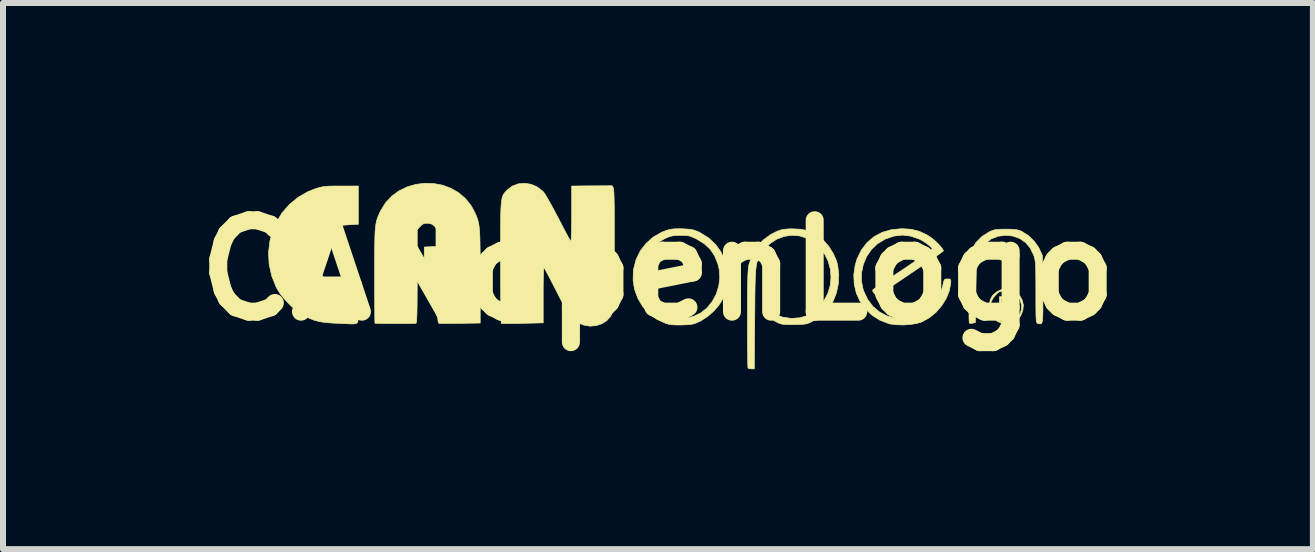
<source format=kicad_pcb>
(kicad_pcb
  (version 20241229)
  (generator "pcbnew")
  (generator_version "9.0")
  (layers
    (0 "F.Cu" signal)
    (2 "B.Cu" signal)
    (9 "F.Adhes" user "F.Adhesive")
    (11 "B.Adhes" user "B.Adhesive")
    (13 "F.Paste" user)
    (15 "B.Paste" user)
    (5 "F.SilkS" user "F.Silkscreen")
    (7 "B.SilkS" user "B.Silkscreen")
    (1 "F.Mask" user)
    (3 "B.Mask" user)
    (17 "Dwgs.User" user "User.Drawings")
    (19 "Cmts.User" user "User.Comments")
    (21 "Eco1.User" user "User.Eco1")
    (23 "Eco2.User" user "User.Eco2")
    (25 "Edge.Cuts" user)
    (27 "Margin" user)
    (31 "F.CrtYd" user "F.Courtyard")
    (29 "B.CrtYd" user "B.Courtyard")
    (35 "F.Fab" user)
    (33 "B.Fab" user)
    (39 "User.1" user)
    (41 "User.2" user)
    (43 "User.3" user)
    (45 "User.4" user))
  (footprint "CANopenLogo"
    (layer "F.Cu")
    (at 7.918 1.456)
    (property "Reference" "CANopenLogo" (at 0 0 0) (layer "F.SilkS") (effects (font (size 1.524 1.524) (thickness 0.3))))
    (attr through_hole)
    (fp_poly (pts (xy 5.896 0.326) (xy 5.969 0.365) (xy 6.029 0.423) (xy 6.071 0.495) (xy 6.091 0.579) (xy 6.082 0.671) (xy 6.081 0.675) (xy 6.042 0.765) (xy 5.982 0.834) (xy 5.906 0.878) (xy 5.82 0.896) (xy 5.731 0.884) (xy 5.654 0.849) (xy 5.581 0.788) (xy 5.538 0.715) (xy 5.522 0.624) (xy 5.523 0.599) (xy 5.546 0.599) (xy 5.556 0.666) (xy 5.575 0.727) (xy 5.594 0.762) (xy 5.663 0.825) (xy 5.745 0.86) (xy 5.832 0.866) (xy 5.917 0.843) (xy 5.983 0.799) (xy 6.033 0.734) (xy 6.058 0.655) (xy 6.058 0.57) (xy 6.034 0.488) (xy 5.987 0.415) (xy 5.942 0.375) (xy 5.902 0.352) (xy 5.861 0.342) (xy 5.804 0.341) (xy 5.784 0.343) (xy 5.725 0.349) (xy 5.685 0.361) (xy 5.652 0.387) (xy 5.621 0.42) (xy 5.583 0.47) (xy 5.556 0.52) (xy 5.548 0.543) (xy 5.546 0.599) (xy 5.523 0.599) (xy 5.523 0.577) (xy 5.539 0.489) (xy 5.576 0.421) (xy 5.641 0.363) (xy 5.649 0.357) (xy 5.731 0.318) (xy 5.815 0.309) (xy 5.896 0.326)) (stroke (width 0.01) (type solid)) (fill yes) (layer "F.SilkS"))
    (fp_poly (pts (xy 5.855 0.447) (xy 5.904 0.467) (xy 5.925 0.501) (xy 5.926 0.513) (xy 5.915 0.564) (xy 5.878 0.599) (xy 5.872 0.603) (xy 5.855 0.616) (xy 5.855 0.633) (xy 5.873 0.664) (xy 5.886 0.683) (xy 5.91 0.725) (xy 5.923 0.758) (xy 5.923 0.766) (xy 5.911 0.763) (xy 5.889 0.736) (xy 5.862 0.697) (xy 5.827 0.645) (xy 5.797 0.618) (xy 5.767 0.61) (xy 5.766 0.61) (xy 5.74 0.613) (xy 5.727 0.628) (xy 5.724 0.665) (xy 5.723 0.686) (xy 5.72 0.731) (xy 5.712 0.759) (xy 5.708 0.762) (xy 5.701 0.746) (xy 5.695 0.704) (xy 5.692 0.642) (xy 5.691 0.601) (xy 5.691 0.525) (xy 5.723 0.525) (xy 5.725 0.568) (xy 5.736 0.588) (xy 5.764 0.593) (xy 5.779 0.593) (xy 5.831 0.585) (xy 5.872 0.566) (xy 5.9 0.542) (xy 5.91 0.525) (xy 5.894 0.494) (xy 5.855 0.469) (xy 5.801 0.458) (xy 5.79 0.457) (xy 5.747 0.459) (xy 5.728 0.47) (xy 5.724 0.502) (xy 5.723 0.525) (xy 5.691 0.525) (xy 5.691 0.44) (xy 5.776 0.44) (xy 5.855 0.447)) (stroke (width 0.01) (type solid)) (fill yes) (layer "F.SilkS"))
    (fp_poly (pts (xy -4.995 -0.767) (xy -5.177 -0.757) (xy -5.286 -0.749) (xy -5.37 -0.737) (xy -5.437 -0.719) (xy -5.495 -0.692) (xy -5.553 -0.654) (xy -5.565 -0.645) (xy -5.65 -0.561) (xy -5.708 -0.462) (xy -5.742 -0.352) (xy -5.749 -0.238) (xy -5.731 -0.125) (xy -5.687 -0.019) (xy -5.618 0.074) (xy -5.566 0.12) (xy -5.505 0.162) (xy -5.446 0.191) (xy -5.38 0.211) (xy -5.299 0.223) (xy -5.195 0.231) (xy -5.177 0.232) (xy -4.995 0.241) (xy -4.995 0.559) (xy -4.995 0.67) (xy -4.996 0.752) (xy -4.998 0.809) (xy -5.001 0.846) (xy -5.007 0.868) (xy -5.015 0.879) (xy -5.027 0.885) (xy -5.033 0.887) (xy -5.079 0.894) (xy -5.122 0.894) (xy -5.158 0.892) (xy -5.219 0.889) (xy -5.298 0.886) (xy -5.387 0.881) (xy -5.402 0.881) (xy -5.53 0.872) (xy -5.635 0.857) (xy -5.726 0.834) (xy -5.812 0.8) (xy -5.905 0.752) (xy -5.943 0.73) (xy -6.035 0.665) (xy -6.131 0.58) (xy -6.223 0.484) (xy -6.301 0.386) (xy -6.358 0.293) (xy -6.362 0.286) (xy -6.439 0.093) (xy -6.482 -0.102) (xy -6.492 -0.298) (xy -6.468 -0.494) (xy -6.41 -0.689) (xy -6.361 -0.801) (xy -6.265 -0.96) (xy -6.142 -1.1) (xy -5.998 -1.218) (xy -5.835 -1.312) (xy -5.701 -1.364) (xy -5.649 -1.379) (xy -5.6 -1.391) (xy -5.549 -1.398) (xy -5.488 -1.403) (xy -5.409 -1.405) (xy -5.305 -1.405) (xy -5.282 -1.405) (xy -4.995 -1.405) (xy -4.995 -0.767)) (stroke (width 0.01) (type solid)) (fill yes) (layer "F.SilkS"))
    (fp_poly (pts (xy 5.888 -0.685) (xy 5.952 -0.681) (xy 6 -0.672) (xy 6.041 -0.659) (xy 6.064 -0.649) (xy 6.174 -0.58) (xy 6.27 -0.488) (xy 6.345 -0.383) (xy 6.36 -0.352) (xy 6.409 -0.246) (xy 6.415 0.315) (xy 6.416 0.473) (xy 6.417 0.599) (xy 6.416 0.698) (xy 6.414 0.773) (xy 6.41 0.826) (xy 6.404 0.862) (xy 6.395 0.883) (xy 6.382 0.892) (xy 6.366 0.893) (xy 6.345 0.889) (xy 6.335 0.886) (xy 6.325 0.882) (xy 6.317 0.876) (xy 6.311 0.862) (xy 6.306 0.837) (xy 6.303 0.798) (xy 6.301 0.741) (xy 6.3 0.663) (xy 6.299 0.559) (xy 6.299 0.427) (xy 6.299 0.365) (xy 6.299 0.218) (xy 6.298 0.101) (xy 6.297 0.008) (xy 6.295 -0.063) (xy 6.291 -0.118) (xy 6.286 -0.161) (xy 6.28 -0.196) (xy 6.271 -0.228) (xy 6.264 -0.249) (xy 6.208 -0.367) (xy 6.129 -0.462) (xy 6.029 -0.531) (xy 5.912 -0.572) (xy 5.8 -0.583) (xy 5.669 -0.568) (xy 5.554 -0.523) (xy 5.455 -0.447) (xy 5.371 -0.342) (xy 5.347 -0.3) (xy 5.336 -0.279) (xy 5.328 -0.257) (xy 5.321 -0.231) (xy 5.316 -0.196) (xy 5.312 -0.148) (xy 5.309 -0.084) (xy 5.306 -0.000187) (xy 5.304 0.108) (xy 5.301 0.245) (xy 5.3 0.321) (xy 5.292 0.87) (xy 5.244 0.882) (xy 5.203 0.886) (xy 5.188 0.874) (xy 5.187 0.852) (xy 5.185 0.801) (xy 5.184 0.724) (xy 5.184 0.626) (xy 5.184 0.511) (xy 5.185 0.382) (xy 5.185 0.295) (xy 5.19 -0.262) (xy 5.234 -0.356) (xy 5.305 -0.468) (xy 5.401 -0.564) (xy 5.517 -0.638) (xy 5.517 -0.639) (xy 5.564 -0.66) (xy 5.605 -0.674) (xy 5.651 -0.681) (xy 5.711 -0.685) (xy 5.795 -0.686) (xy 5.8 -0.686) (xy 5.888 -0.685)) (stroke (width 0.01) (type solid)) (fill yes) (layer "F.SilkS"))
    (fp_poly (pts (xy 0.413 -0.692) (xy 0.497 -0.687) (xy 0.558 -0.681) (xy 0.608 -0.668) (xy 0.659 -0.649) (xy 0.703 -0.628) (xy 0.843 -0.541) (xy 0.959 -0.433) (xy 1.05 -0.307) (xy 1.115 -0.167) (xy 1.152 -0.017) (xy 1.161 0.139) (xy 1.14 0.298) (xy 1.088 0.456) (xy 1.072 0.491) (xy 1.012 0.587) (xy 0.928 0.682) (xy 0.829 0.769) (xy 0.724 0.837) (xy 0.703 0.848) (xy 0.648 0.874) (xy 0.602 0.891) (xy 0.555 0.901) (xy 0.497 0.907) (xy 0.417 0.91) (xy 0.398 0.911) (xy 0.302 0.911) (xy 0.23 0.908) (xy 0.173 0.898) (xy 0.126 0.884) (xy -0.021 0.815) (xy -0.148 0.721) (xy -0.253 0.605) (xy -0.334 0.471) (xy -0.389 0.324) (xy -0.415 0.167) (xy -0.412 0.06) (xy -0.284 0.06) (xy -0.279 0.213) (xy -0.242 0.361) (xy -0.174 0.5) (xy -0.17 0.508) (xy -0.078 0.621) (xy 0.033 0.708) (xy 0.159 0.768) (xy 0.295 0.799) (xy 0.439 0.8) (xy 0.585 0.77) (xy 0.597 0.766) (xy 0.717 0.708) (xy 0.821 0.624) (xy 0.906 0.518) (xy 0.971 0.397) (xy 1.013 0.263) (xy 1.03 0.123) (xy 1.02 -0.019) (xy 0.999 -0.105) (xy 0.946 -0.238) (xy 0.872 -0.349) (xy 0.774 -0.441) (xy 0.647 -0.52) (xy 0.628 -0.529) (xy 0.569 -0.556) (xy 0.52 -0.573) (xy 0.468 -0.58) (xy 0.398 -0.582) (xy 0.374 -0.582) (xy 0.295 -0.58) (xy 0.235 -0.573) (xy 0.18 -0.557) (xy 0.117 -0.53) (xy 0.114 -0.529) (xy 0.018 -0.473) (xy -0.074 -0.399) (xy -0.152 -0.316) (xy -0.202 -0.24) (xy -0.259 -0.092) (xy -0.284 0.06) (xy -0.412 0.06) (xy -0.411 0.005) (xy -0.407 -0.018) (xy -0.366 -0.177) (xy -0.296 -0.322) (xy -0.199 -0.448) (xy -0.079 -0.554) (xy 0.062 -0.635) (xy 0.15 -0.669) (xy 0.209 -0.684) (xy 0.275 -0.692) (xy 0.36 -0.693) (xy 0.413 -0.692)) (stroke (width 0.01) (type solid)) (fill yes) (layer "F.SilkS"))
    (fp_poly (pts (xy -3.741 -1.447) (xy -3.594 -1.42) (xy -3.455 -1.369) (xy -3.326 -1.296) (xy -3.212 -1.199) (xy -3.116 -1.08) (xy -3.07 -0.998) (xy -3.046 -0.949) (xy -3.026 -0.905) (xy -3.01 -0.861) (xy -2.997 -0.815) (xy -2.986 -0.763) (xy -2.978 -0.702) (xy -2.972 -0.628) (xy -2.968 -0.539) (xy -2.966 -0.429) (xy -2.964 -0.297) (xy -2.963 -0.139) (xy -2.963 0.049) (xy -2.963 0.096) (xy -2.963 0.879) (xy -3.298 0.884) (xy -3.402 0.885) (xy -3.495 0.886) (xy -3.571 0.886) (xy -3.625 0.885) (xy -3.652 0.883) (xy -3.653 0.883) (xy -3.661 0.871) (xy -3.667 0.838) (xy -3.672 0.781) (xy -3.675 0.697) (xy -3.678 0.584) (xy -3.678 0.536) (xy -3.683 0.195) (xy -3.903 0.178) (xy -3.902 0.089) (xy -3.902 0.035) (xy -3.901 -0.042) (xy -3.899 -0.13) (xy -3.898 -0.194) (xy -3.895 -0.388) (xy -3.789 -0.393) (xy -3.683 -0.398) (xy -3.685 -0.547) (xy -3.686 -0.621) (xy -3.691 -0.669) (xy -3.7 -0.701) (xy -3.716 -0.725) (xy -3.729 -0.74) (xy -3.777 -0.773) (xy -3.839 -0.785) (xy -3.844 -0.785) (xy -3.895 -0.782) (xy -3.932 -0.763) (xy -3.964 -0.732) (xy -4.013 -0.677) (xy -4.013 0.102) (xy -4.013 0.292) (xy -4.014 0.452) (xy -4.015 0.581) (xy -4.017 0.685) (xy -4.019 0.764) (xy -4.022 0.821) (xy -4.026 0.858) (xy -4.03 0.878) (xy -4.034 0.884) (xy -4.062 0.885) (xy -4.116 0.886) (xy -4.188 0.887) (xy -4.274 0.888) (xy -4.366 0.888) (xy -4.459 0.887) (xy -4.547 0.887) (xy -4.622 0.886) (xy -4.679 0.884) (xy -4.712 0.883) (xy -4.717 0.882) (xy -4.719 0.864) (xy -4.72 0.816) (xy -4.721 0.74) (xy -4.722 0.641) (xy -4.723 0.521) (xy -4.724 0.385) (xy -4.724 0.234) (xy -4.724 0.086) (xy -4.724 -0.109) (xy -4.724 -0.273) (xy -4.722 -0.41) (xy -4.72 -0.523) (xy -4.717 -0.616) (xy -4.712 -0.692) (xy -4.705 -0.755) (xy -4.695 -0.807) (xy -4.683 -0.852) (xy -4.668 -0.894) (xy -4.65 -0.936) (xy -4.628 -0.982) (xy -4.622 -0.995) (xy -4.539 -1.129) (xy -4.435 -1.239) (xy -4.314 -1.327) (xy -4.18 -1.391) (xy -4.037 -1.433) (xy -3.89 -1.451) (xy -3.741 -1.447)) (stroke (width 0.01) (type solid)) (fill yes) (layer "F.SilkS"))
    (fp_poly (pts (xy 2.385 -0.685) (xy 2.527 -0.653) (xy 2.647 -0.595) (xy 2.65 -0.593) (xy 2.753 -0.508) (xy 2.847 -0.4) (xy 2.924 -0.277) (xy 2.979 -0.15) (xy 2.995 -0.088) (xy 3.014 0.066) (xy 3.007 0.223) (xy 2.976 0.374) (xy 2.922 0.51) (xy 2.892 0.563) (xy 2.826 0.648) (xy 2.741 0.733) (xy 2.647 0.807) (xy 2.558 0.86) (xy 2.514 0.879) (xy 2.472 0.892) (xy 2.425 0.9) (xy 2.364 0.903) (xy 2.279 0.905) (xy 2.261 0.905) (xy 2.174 0.905) (xy 2.112 0.903) (xy 2.067 0.898) (xy 2.03 0.887) (xy 1.992 0.87) (xy 1.956 0.851) (xy 1.872 0.804) (xy 1.815 0.764) (xy 1.781 0.729) (xy 1.766 0.693) (xy 1.764 0.653) (xy 1.77 0.59) (xy 1.841 0.651) (xy 1.952 0.73) (xy 2.069 0.778) (xy 2.201 0.799) (xy 2.242 0.8) (xy 2.366 0.791) (xy 2.475 0.759) (xy 2.576 0.701) (xy 2.667 0.625) (xy 2.762 0.514) (xy 2.83 0.389) (xy 2.87 0.256) (xy 2.884 0.118) (xy 2.873 -0.019) (xy 2.837 -0.152) (xy 2.776 -0.275) (xy 2.693 -0.385) (xy 2.586 -0.476) (xy 2.492 -0.53) (xy 2.363 -0.573) (xy 2.23 -0.584) (xy 2.1 -0.565) (xy 1.976 -0.517) (xy 1.864 -0.442) (xy 1.767 -0.34) (xy 1.742 -0.306) (xy 1.716 -0.267) (xy 1.694 -0.231) (xy 1.675 -0.196) (xy 1.66 -0.16) (xy 1.647 -0.117) (xy 1.638 -0.066) (xy 1.63 -0.004) (xy 1.625 0.074) (xy 1.621 0.169) (xy 1.618 0.286) (xy 1.616 0.427) (xy 1.615 0.595) (xy 1.613 0.795) (xy 1.613 0.8) (xy 1.606 1.643) (xy 1.56 1.643) (xy 1.521 1.639) (xy 1.501 1.631) (xy 1.499 1.613) (xy 1.497 1.563) (xy 1.495 1.487) (xy 1.494 1.387) (xy 1.492 1.266) (xy 1.491 1.128) (xy 1.491 0.977) (xy 1.491 0.815) (xy 1.491 0.814) (xy 1.491 0.613) (xy 1.492 0.442) (xy 1.493 0.3) (xy 1.495 0.185) (xy 1.498 0.092) (xy 1.502 0.02) (xy 1.506 -0.034) (xy 1.511 -0.073) (xy 1.514 -0.088) (xy 1.568 -0.248) (xy 1.648 -0.388) (xy 1.752 -0.504) (xy 1.88 -0.597) (xy 1.927 -0.622) (xy 1.991 -0.653) (xy 2.043 -0.672) (xy 2.095 -0.683) (xy 2.16 -0.689) (xy 2.221 -0.692) (xy 2.385 -0.685)) (stroke (width 0.01) (type solid)) (fill yes) (layer "F.SilkS"))
    (fp_poly (pts (xy -2.117 -1.435) (xy -2.016 -1.392) (xy -1.926 -1.323) (xy -1.907 -1.304) (xy -1.884 -1.272) (xy -1.849 -1.214) (xy -1.804 -1.137) (xy -1.753 -1.044) (xy -1.698 -0.941) (xy -1.661 -0.871) (xy -1.608 -0.768) (xy -1.559 -0.674) (xy -1.517 -0.595) (xy -1.484 -0.533) (xy -1.462 -0.495) (xy -1.455 -0.483) (xy -1.45 -0.495) (xy -1.446 -0.538) (xy -1.443 -0.61) (xy -1.441 -0.708) (xy -1.44 -0.831) (xy -1.439 -0.936) (xy -1.439 -1.405) (xy -1.135 -1.408) (xy -1.035 -1.408) (xy -0.946 -1.409) (xy -0.874 -1.409) (xy -0.824 -1.41) (xy -0.804 -1.41) (xy -0.788 -1.41) (xy -0.775 -1.41) (xy -0.764 -1.407) (xy -0.754 -1.398) (xy -0.747 -1.381) (xy -0.741 -1.354) (xy -0.736 -1.313) (xy -0.733 -1.256) (xy -0.731 -1.181) (xy -0.729 -1.086) (xy -0.728 -0.967) (xy -0.728 -0.822) (xy -0.728 -0.649) (xy -0.728 -0.445) (xy -0.728 -0.405) (xy -0.728 -0.167) (xy -0.729 0.039) (xy -0.731 0.213) (xy -0.732 0.358) (xy -0.735 0.475) (xy -0.738 0.564) (xy -0.742 0.627) (xy -0.746 0.666) (xy -0.748 0.673) (xy -0.787 0.763) (xy -0.85 0.836) (xy -0.933 0.89) (xy -1.029 0.922) (xy -1.132 0.931) (xy -1.237 0.913) (xy -1.295 0.891) (xy -1.344 0.865) (xy -1.387 0.834) (xy -1.428 0.795) (xy -1.47 0.743) (xy -1.515 0.675) (xy -1.567 0.587) (xy -1.627 0.476) (xy -1.693 0.347) (xy -1.746 0.243) (xy -1.794 0.15) (xy -1.836 0.07) (xy -1.869 0.009) (xy -1.89 -0.03) (xy -1.898 -0.041) (xy -1.903 -0.03) (xy -1.906 0.013) (xy -1.91 0.085) (xy -1.912 0.184) (xy -1.913 0.308) (xy -1.913 0.409) (xy -1.913 0.876) (xy -2.256 0.884) (xy -2.361 0.887) (xy -2.454 0.888) (xy -2.53 0.888) (xy -2.584 0.887) (xy -2.61 0.886) (xy -2.612 0.886) (xy -2.614 0.868) (xy -2.616 0.819) (xy -2.618 0.743) (xy -2.62 0.641) (xy -2.622 0.517) (xy -2.623 0.375) (xy -2.624 0.216) (xy -2.624 0.044) (xy -2.625 -0.137) (xy -2.625 -0.355) (xy -2.625 -0.542) (xy -2.624 -0.701) (xy -2.623 -0.834) (xy -2.621 -0.943) (xy -2.618 -1.033) (xy -2.613 -1.104) (xy -2.607 -1.16) (xy -2.599 -1.204) (xy -2.588 -1.238) (xy -2.576 -1.266) (xy -2.56 -1.288) (xy -2.542 -1.31) (xy -2.52 -1.332) (xy -2.511 -1.342) (xy -2.427 -1.405) (xy -2.329 -1.442) (xy -2.224 -1.451) (xy -2.117 -1.435)) (stroke (width 0.01) (type solid)) (fill yes) (layer "F.SilkS"))
    (fp_poly (pts (xy 4.223 -0.684) (xy 4.357 -0.65) (xy 4.484 -0.59) (xy 4.545 -0.551) (xy 4.598 -0.51) (xy 4.652 -0.461) (xy 4.701 -0.41) (xy 4.738 -0.365) (xy 4.757 -0.332) (xy 4.758 -0.325) (xy 4.744 -0.312) (xy 4.707 -0.284) (xy 4.65 -0.244) (xy 4.579 -0.195) (xy 4.516 -0.153) (xy 4.422 -0.089) (xy 4.31 -0.014) (xy 4.189 0.068) (xy 4.071 0.148) (xy 3.979 0.21) (xy 3.89 0.27) (xy 3.809 0.324) (xy 3.741 0.368) (xy 3.69 0.4) (xy 3.661 0.416) (xy 3.658 0.418) (xy 3.631 0.409) (xy 3.602 0.381) (xy 3.6 0.379) (xy 3.579 0.346) (xy 3.58 0.328) (xy 3.594 0.315) (xy 3.614 0.301) (xy 3.659 0.271) (xy 3.725 0.227) (xy 3.809 0.171) (xy 3.906 0.105) (xy 4.015 0.032) (xy 4.097 -0.023) (xy 4.209 -0.099) (xy 4.312 -0.169) (xy 4.403 -0.231) (xy 4.477 -0.283) (xy 4.532 -0.323) (xy 4.564 -0.348) (xy 4.572 -0.355) (xy 4.558 -0.379) (xy 4.523 -0.412) (xy 4.473 -0.451) (xy 4.417 -0.488) (xy 4.362 -0.518) (xy 4.358 -0.52) (xy 4.215 -0.57) (xy 4.076 -0.587) (xy 3.936 -0.571) (xy 3.792 -0.522) (xy 3.783 -0.518) (xy 3.661 -0.444) (xy 3.559 -0.347) (xy 3.479 -0.231) (xy 3.424 -0.101) (xy 3.394 0.038) (xy 3.392 0.181) (xy 3.421 0.323) (xy 3.428 0.342) (xy 3.494 0.483) (xy 3.582 0.601) (xy 3.691 0.693) (xy 3.816 0.759) (xy 3.955 0.797) (xy 4.105 0.803) (xy 4.177 0.795) (xy 4.3 0.767) (xy 4.404 0.72) (xy 4.502 0.65) (xy 4.541 0.614) (xy 4.636 0.508) (xy 4.702 0.396) (xy 4.744 0.269) (xy 4.749 0.247) (xy 4.761 0.191) (xy 4.773 0.16) (xy 4.789 0.147) (xy 4.817 0.144) (xy 4.827 0.144) (xy 4.864 0.146) (xy 4.88 0.158) (xy 4.882 0.191) (xy 4.881 0.212) (xy 4.857 0.341) (xy 4.805 0.47) (xy 4.728 0.593) (xy 4.632 0.703) (xy 4.52 0.794) (xy 4.397 0.861) (xy 4.389 0.864) (xy 4.305 0.888) (xy 4.2 0.904) (xy 4.086 0.911) (xy 3.974 0.908) (xy 3.877 0.896) (xy 3.848 0.889) (xy 3.697 0.83) (xy 3.565 0.747) (xy 3.455 0.641) (xy 3.368 0.518) (xy 3.306 0.38) (xy 3.271 0.231) (xy 3.264 0.075) (xy 3.287 -0.086) (xy 3.319 -0.192) (xy 3.391 -0.34) (xy 3.486 -0.463) (xy 3.603 -0.562) (xy 3.739 -0.634) (xy 3.894 -0.678) (xy 4.064 -0.694) (xy 4.072 -0.694) (xy 4.223 -0.684)) (stroke (width 0.01) (type solid)) (fill yes) (layer "F.SilkS")))
  (gr_rect
    (start -3 -3)
    (end 18.835 6.104)
    (stroke (width 0.1) (type default))
    (fill no)
    (layer "Edge.Cuts")))
</source>
